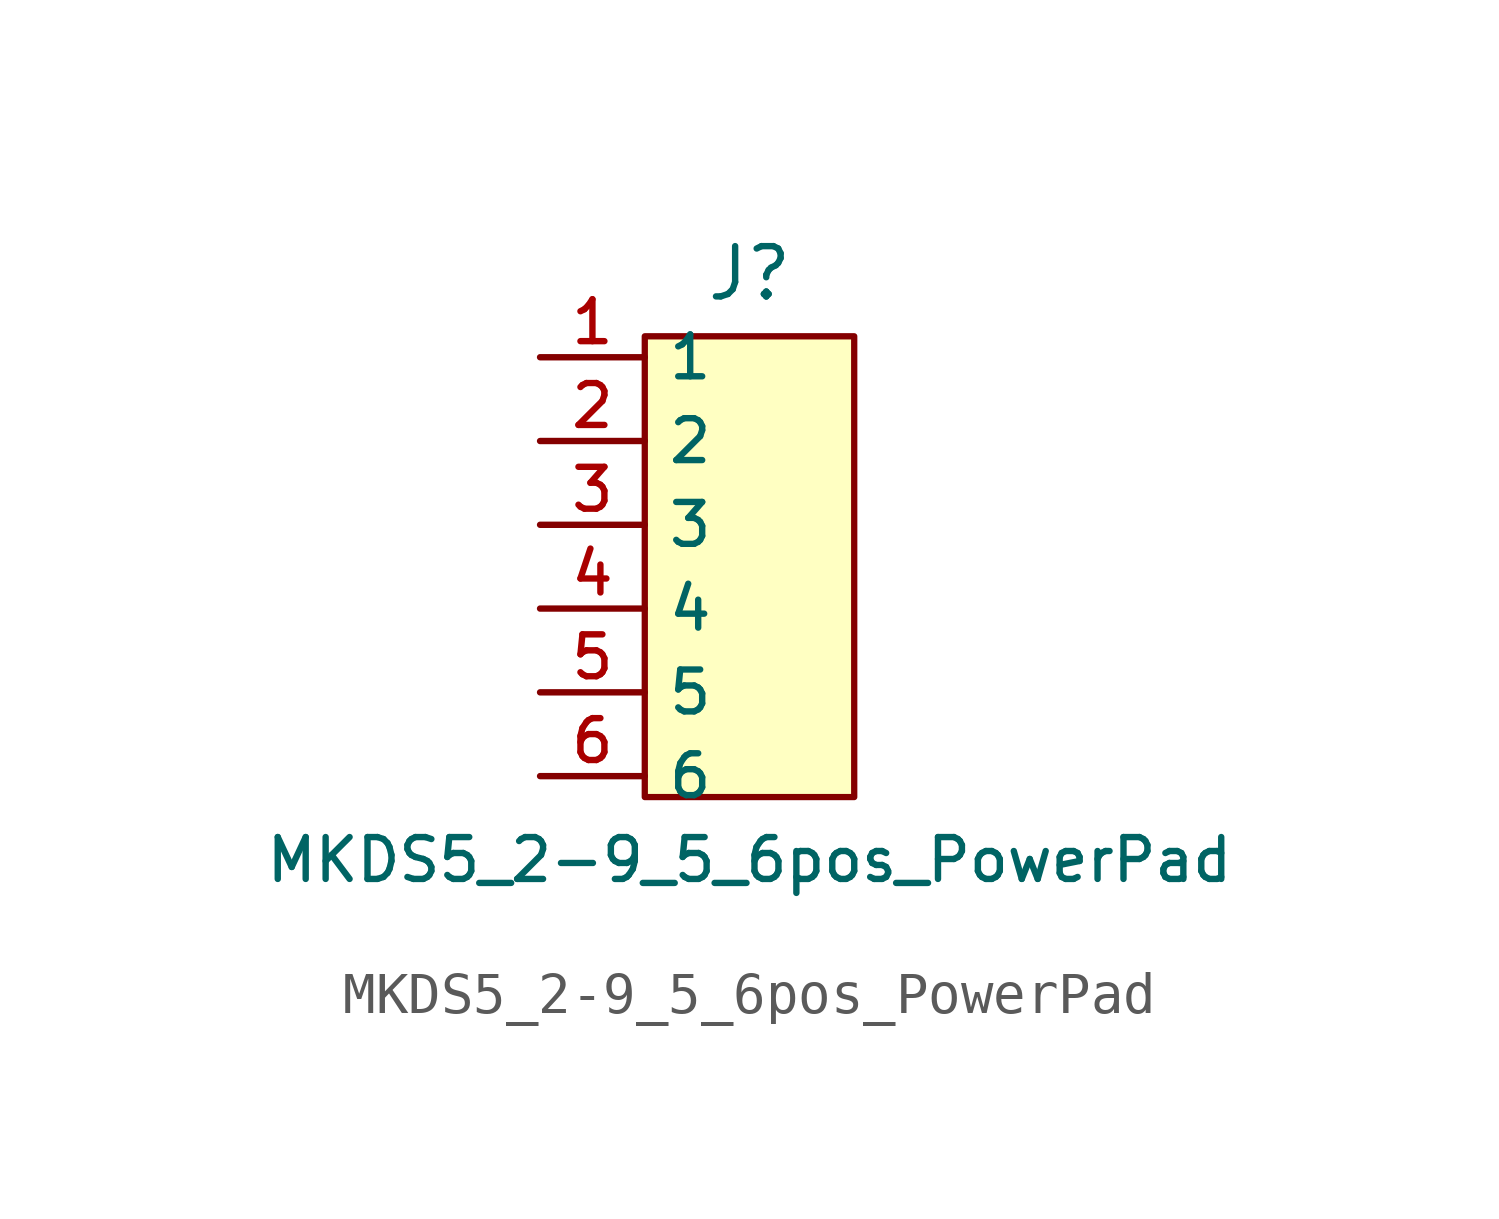
<source format=kicad_sym>
(kicad_symbol_lib
  (version 20211014)
  (generator KiCad)
  (symbol "MKDS5_2-9_5_6pos_PowerPad"
    (property "Reference" "J"
      (at 0 7 0)
      (effects (font (size 1.2 1.2))))
    (property "Value" "MKDS5_2-9_5_6pos_PowerPad"
      (at 0 -7 0)
      (effects (font (size 1.0 1.0))))
    (rectangle
      (start -2.5 5.5)
      (end 2.5 -5.5)
      (stroke (width 0.15) (type default))
      (fill (type background)))
    (pin passive line
      (at -5 5 0)
      (length 2.5)
      (name "1" (effects (font (size 1 1))))
      (number "1" (effects (font (size 1 1)))))
    (pin passive line
      (at -5 3 0)
      (length 2.5)
      (name "2" (effects (font (size 1 1))))
      (number "2" (effects (font (size 1 1)))))
    (pin passive line
      (at -5 1 0)
      (length 2.5)
      (name "3" (effects (font (size 1 1))))
      (number "3" (effects (font (size 1 1)))))
    (pin passive line
      (at -5 -1 0)
      (length 2.5)
      (name "4" (effects (font (size 1 1))))
      (number "4" (effects (font (size 1 1)))))
    (pin passive line
      (at -5 -3 0)
      (length 2.5)
      (name "5" (effects (font (size 1 1))))
      (number "5" (effects (font (size 1 1)))))
    (pin passive line
      (at -5 -5 0)
      (length 2.5)
      (name "6" (effects (font (size 1 1))))
      (number "6" (effects (font (size 1 1)))))))
</source>
